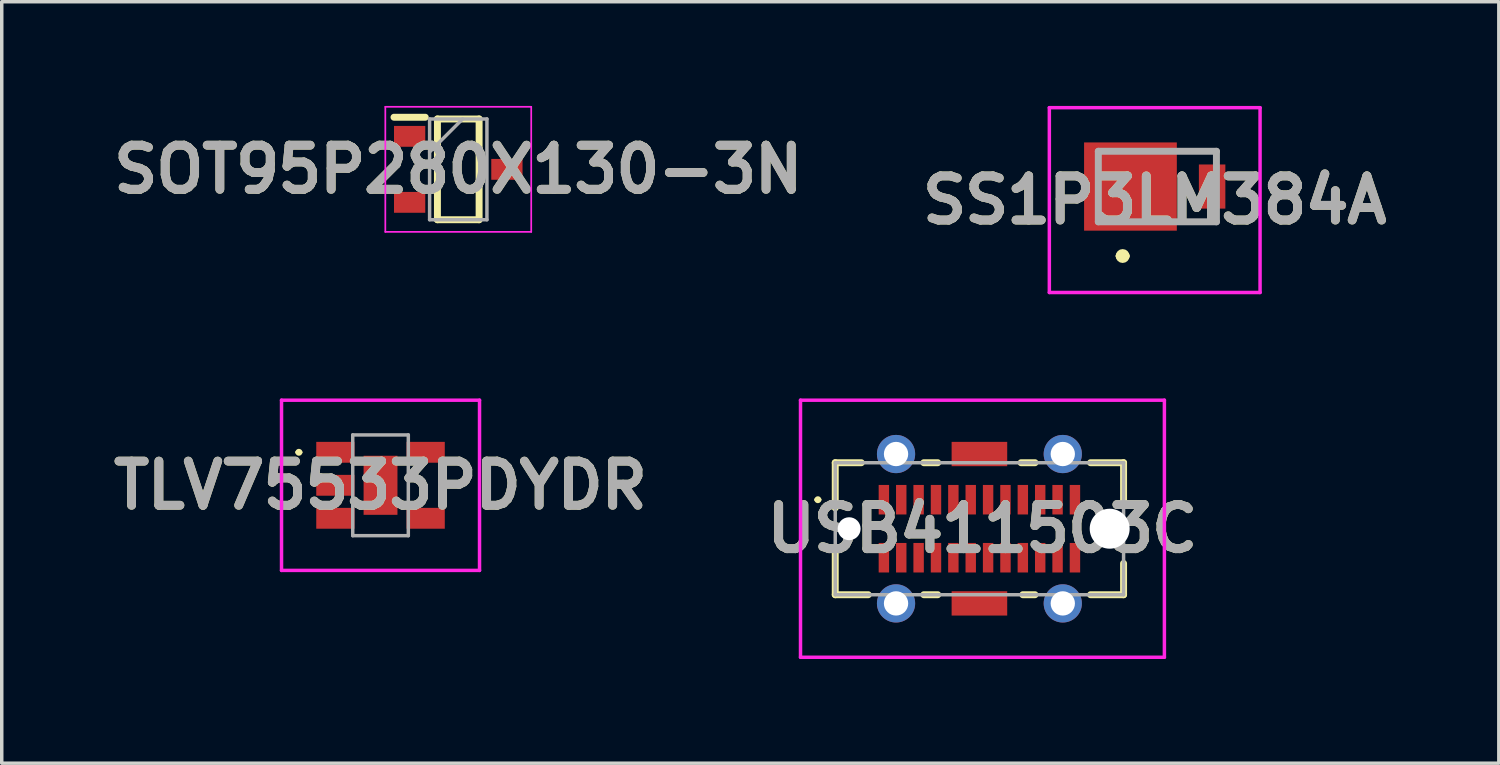
<source format=kicad_pcb>
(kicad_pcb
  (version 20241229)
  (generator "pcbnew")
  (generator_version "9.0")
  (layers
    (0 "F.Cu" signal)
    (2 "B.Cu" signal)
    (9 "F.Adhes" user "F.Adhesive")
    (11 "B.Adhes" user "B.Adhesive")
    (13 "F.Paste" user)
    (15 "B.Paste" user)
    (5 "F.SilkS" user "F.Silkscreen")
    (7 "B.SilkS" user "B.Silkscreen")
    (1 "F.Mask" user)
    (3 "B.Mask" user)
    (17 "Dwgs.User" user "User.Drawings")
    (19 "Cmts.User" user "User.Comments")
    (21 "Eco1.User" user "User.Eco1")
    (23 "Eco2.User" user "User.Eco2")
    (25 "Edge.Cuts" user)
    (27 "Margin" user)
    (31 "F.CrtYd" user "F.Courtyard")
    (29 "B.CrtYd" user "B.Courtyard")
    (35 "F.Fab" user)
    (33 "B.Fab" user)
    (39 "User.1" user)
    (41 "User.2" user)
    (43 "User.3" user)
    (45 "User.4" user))
  (footprint "SS1P3LM384A"
    (layer "F.Cu")
    (at 29.492 2.32)
    (property "Reference" "SS1P3LM384A" (at 0.698 0.39 0) (layer "F.SilkS") (effects (font (size 1.27 1.27) (thickness 0.254))))
    (attr smd)
    (fp_line (start -0.325 2) (end -0.325 2) (stroke (width 0.2) (type solid)) (layer "F.SilkS"))
    (fp_line (start -0.125 2) (end -0.125 2) (stroke (width 0.2) (type solid)) (layer "F.SilkS"))
    (fp_line (start 1.575 -1.015) (end 2.475 -1.015) (stroke (width 0.1) (type solid)) (layer "F.SilkS"))
    (fp_line (start 1.575 1.015) (end 2.475 1.015) (stroke (width 0.1) (type solid)) (layer "F.SilkS"))
    (fp_arc (start -0.325 2) (mid -0.225 1.9) (end -0.125 2) (stroke (width 0.2) (type solid)) (layer "F.SilkS"))
    (fp_arc (start -0.125 2) (mid -0.225 2.1) (end -0.325 2) (stroke (width 0.2) (type solid)) (layer "F.SilkS"))
    (fp_line (start -2.335 -2.27) (end 3.731 -2.27) (stroke (width 0.1) (type solid)) (layer "F.CrtYd"))
    (fp_line (start -2.335 3.05) (end -2.335 -2.27) (stroke (width 0.1) (type solid)) (layer "F.CrtYd"))
    (fp_line (start 3.731 -2.27) (end 3.731 3.05) (stroke (width 0.1) (type solid)) (layer "F.CrtYd"))
    (fp_line (start 3.731 3.05) (end -2.335 3.05) (stroke (width 0.1) (type solid)) (layer "F.CrtYd"))
    (fp_line (start -0.925 -1.015) (end 2.475 -1.015) (stroke (width 0.2) (type solid)) (layer "F.Fab"))
    (fp_line (start -0.925 1.015) (end -0.925 -1.015) (stroke (width 0.2) (type solid)) (layer "F.Fab"))
    (fp_line (start 2.475 -1.015) (end 2.475 1.015) (stroke (width 0.2) (type solid)) (layer "F.Fab"))
    (fp_line (start 2.475 1.015) (end -0.925 1.015) (stroke (width 0.2) (type solid)) (layer "F.Fab"))
    (fp_text user "${REFERENCE}" (at 0.698 0.39 0) (layer "F.Fab") (effects (font (size 1.27 1.27) (thickness 0.254))))
    (pad "1" smd rect (at 0 0 90) (size 2.54 2.67) (layers "F.Cu" "F.Mask" "F.Paste"))
    (pad "2" smd rect (at 2.351 0) (size 0.762 1.27) (layers "F.Cu" "F.Mask" "F.Paste")))
  (footprint "SOT95P280X130-3N"
    (layer "F.Cu")
    (at 10.142 1.825)
    (property "Reference" "SOT95P280X130-3N" (at 0 0 0) (layer "F.SilkS") (effects (font (size 1.27 1.27) (thickness 0.254))))
    (attr smd)
    (fp_line (start -1.85 -1.5) (end -0.95 -1.5) (stroke (width 0.2) (type solid)) (layer "F.SilkS"))
    (fp_line (start -0.6 -1.45) (end 0.6 -1.45) (stroke (width 0.2) (type solid)) (layer "F.SilkS"))
    (fp_line (start -0.6 1.45) (end -0.6 -1.45) (stroke (width 0.2) (type solid)) (layer "F.SilkS"))
    (fp_line (start 0.6 -1.45) (end 0.6 1.45) (stroke (width 0.2) (type solid)) (layer "F.SilkS"))
    (fp_line (start 0.6 1.45) (end -0.6 1.45) (stroke (width 0.2) (type solid)) (layer "F.SilkS"))
    (fp_line (start -2.1 -1.8) (end 2.1 -1.8) (stroke (width 0.05) (type solid)) (layer "F.CrtYd"))
    (fp_line (start -2.1 1.8) (end -2.1 -1.8) (stroke (width 0.05) (type solid)) (layer "F.CrtYd"))
    (fp_line (start 2.1 -1.8) (end 2.1 1.8) (stroke (width 0.05) (type solid)) (layer "F.CrtYd"))
    (fp_line (start 2.1 1.8) (end -2.1 1.8) (stroke (width 0.05) (type solid)) (layer "F.CrtYd"))
    (fp_line (start -0.825 -1.45) (end 0.825 -1.45) (stroke (width 0.1) (type solid)) (layer "F.Fab"))
    (fp_line (start -0.825 -0.5) (end 0.125 -1.45) (stroke (width 0.1) (type solid)) (layer "F.Fab"))
    (fp_line (start -0.825 1.45) (end -0.825 -1.45) (stroke (width 0.1) (type solid)) (layer "F.Fab"))
    (fp_line (start 0.825 -1.45) (end 0.825 1.45) (stroke (width 0.1) (type solid)) (layer "F.Fab"))
    (fp_line (start 0.825 1.45) (end -0.825 1.45) (stroke (width 0.1) (type solid)) (layer "F.Fab"))
    (fp_text user "${REFERENCE}" (at 0 0 0) (layer "F.Fab") (effects (font (size 1.27 1.27) (thickness 0.254))))
    (pad "1" smd rect (at -1.4 -0.95 90) (size 0.6 0.9) (layers "F.Cu" "F.Mask" "F.Paste"))
    (pad "2" smd rect (at -1.4 0.95 90) (size 0.6 0.9) (layers "F.Cu" "F.Mask" "F.Paste"))
    (pad "3" smd rect (at 1.4 0 90) (size 0.6 0.9) (layers "F.Cu" "F.Mask" "F.Paste")))
  (footprint "USB411503C"
    (layer "F.Cu")
    (at 25.144 12.17)
    (property "Reference" "USB411503C" (at 0.087 0 0) (layer "F.SilkS") (effects (font (size 1.27 1.27) (thickness 0.254))))
    (attr through_hole)
    (fp_line (start -4.7 -0.835) (end -4.7 -0.835) (stroke (width 0.1) (type solid)) (layer "F.SilkS"))
    (fp_line (start -4.6 -0.835) (end -4.6 -0.835) (stroke (width 0.1) (type solid)) (layer "F.SilkS"))
    (fp_line (start -4.15 -1.9) (end -3.4 -1.9) (stroke (width 0.2) (type solid)) (layer "F.SilkS"))
    (fp_line (start -4.15 -0.6) (end -4.15 -1.9) (stroke (width 0.2) (type solid)) (layer "F.SilkS"))
    (fp_line (start -4.15 0.6) (end -4.15 1.9) (stroke (width 0.2) (type solid)) (layer "F.SilkS"))
    (fp_line (start -4.15 1.9) (end -3.2 1.9) (stroke (width 0.2) (type solid)) (layer "F.SilkS"))
    (fp_line (start -1.6 -1.9) (end -1.2 -1.9) (stroke (width 0.2) (type solid)) (layer "F.SilkS"))
    (fp_line (start -1.6 1.9) (end -1.2 1.9) (stroke (width 0.2) (type solid)) (layer "F.SilkS"))
    (fp_line (start 1.2 -1.9) (end 1.6 -1.9) (stroke (width 0.2) (type solid)) (layer "F.SilkS"))
    (fp_line (start 1.25 1.9) (end 1.6 1.9) (stroke (width 0.2) (type solid)) (layer "F.SilkS"))
    (fp_line (start 3.2 -1.9) (end 4.15 -1.9) (stroke (width 0.2) (type solid)) (layer "F.SilkS"))
    (fp_line (start 3.2 1.9) (end 4.15 1.9) (stroke (width 0.2) (type solid)) (layer "F.SilkS"))
    (fp_line (start 4.15 -1.9) (end 4.15 -0.8) (stroke (width 0.2) (type solid)) (layer "F.SilkS"))
    (fp_line (start 4.15 1.9) (end 4.15 1) (stroke (width 0.2) (type solid)) (layer "F.SilkS"))
    (fp_arc (start -4.7 -0.835) (mid -4.65 -0.885) (end -4.6 -0.835) (stroke (width 0.1) (type solid)) (layer "F.SilkS"))
    (fp_arc (start -4.6 -0.835) (mid -4.65 -0.785) (end -4.7 -0.835) (stroke (width 0.1) (type solid)) (layer "F.SilkS"))
    (fp_line (start -5.15 -3.7) (end 5.325 -3.7) (stroke (width 0.1) (type solid)) (layer "F.CrtYd"))
    (fp_line (start -5.15 3.7) (end -5.15 -3.7) (stroke (width 0.1) (type solid)) (layer "F.CrtYd"))
    (fp_line (start 5.325 -3.7) (end 5.325 3.7) (stroke (width 0.1) (type solid)) (layer "F.CrtYd"))
    (fp_line (start 5.325 3.7) (end -5.15 3.7) (stroke (width 0.1) (type solid)) (layer "F.CrtYd"))
    (fp_line (start -4.15 -1.9) (end -4.15 1.9) (stroke (width 0.1) (type solid)) (layer "F.Fab"))
    (fp_line (start -4.15 1.9) (end 4.15 1.9) (stroke (width 0.1) (type solid)) (layer "F.Fab"))
    (fp_line (start 4.15 -1.9) (end -4.15 -1.9) (stroke (width 0.1) (type solid)) (layer "F.Fab"))
    (fp_line (start 4.15 1.9) (end 4.15 -1.9) (stroke (width 0.1) (type solid)) (layer "F.Fab"))
    (fp_text user "${REFERENCE}" (at 0.087 0 0) (layer "F.Fab") (effects (font (size 1.27 1.27) (thickness 0.254))))
    (pad "" np_thru_hole circle (at -3.75 0) (size 0.66 0.66) (drill 0.66) (layers "*.Cu" "*.Mask"))
    (pad "" np_thru_hole circle (at 3.75 0) (size 1.15 1.15) (drill 1.15) (layers "*.Cu" "*.Mask"))
    (pad "A1" smd rect (at -2.75 -0.835) (size 0.3 0.85) (layers "F.Cu" "F.Mask" "F.Paste"))
    (pad "A2" smd rect (at -2.25 -0.835) (size 0.3 0.85) (layers "F.Cu" "F.Mask" "F.Paste"))
    (pad "A3" smd rect (at -1.75 -0.835) (size 0.3 0.85) (layers "F.Cu" "F.Mask" "F.Paste"))
    (pad "A4" smd rect (at -1.25 -0.835) (size 0.3 0.85) (layers "F.Cu" "F.Mask" "F.Paste"))
    (pad "A5" smd rect (at -0.75 -0.835) (size 0.3 0.85) (layers "F.Cu" "F.Mask" "F.Paste"))
    (pad "A6" smd rect (at -0.25 -0.835) (size 0.3 0.85) (layers "F.Cu" "F.Mask" "F.Paste"))
    (pad "A7" smd rect (at 0.25 -0.835) (size 0.3 0.85) (layers "F.Cu" "F.Mask" "F.Paste"))
    (pad "A8" smd rect (at 0.75 -0.835) (size 0.3 0.85) (layers "F.Cu" "F.Mask" "F.Paste"))
    (pad "A9" smd rect (at 1.25 -0.835) (size 0.3 0.85) (layers "F.Cu" "F.Mask" "F.Paste"))
    (pad "A10" smd rect (at 1.75 -0.835) (size 0.3 0.85) (layers "F.Cu" "F.Mask" "F.Paste"))
    (pad "A11" smd rect (at 2.25 -0.835) (size 0.3 0.85) (layers "F.Cu" "F.Mask" "F.Paste"))
    (pad "A12" smd rect (at 2.75 -0.835) (size 0.3 0.85) (layers "F.Cu" "F.Mask" "F.Paste"))
    (pad "B1" smd rect (at 2.75 0.835) (size 0.3 0.85) (layers "F.Cu" "F.Mask" "F.Paste"))
    (pad "B2" smd rect (at 2.25 0.835) (size 0.3 0.85) (layers "F.Cu" "F.Mask" "F.Paste"))
    (pad "B3" smd rect (at 1.75 0.835) (size 0.3 0.85) (layers "F.Cu" "F.Mask" "F.Paste"))
    (pad "B4" smd rect (at 1.25 0.835) (size 0.3 0.85) (layers "F.Cu" "F.Mask" "F.Paste"))
    (pad "B5" smd rect (at 0.75 0.835) (size 0.3 0.85) (layers "F.Cu" "F.Mask" "F.Paste"))
    (pad "B6" smd rect (at 0.25 0.835) (size 0.3 0.85) (layers "F.Cu" "F.Mask" "F.Paste"))
    (pad "B7" smd rect (at -0.25 0.835) (size 0.3 0.85) (layers "F.Cu" "F.Mask" "F.Paste"))
    (pad "B8" smd rect (at -0.75 0.835) (size 0.3 0.85) (layers "F.Cu" "F.Mask" "F.Paste"))
    (pad "B9" smd rect (at -1.25 0.835) (size 0.3 0.85) (layers "F.Cu" "F.Mask" "F.Paste"))
    (pad "B10" smd rect (at -1.75 0.835) (size 0.3 0.85) (layers "F.Cu" "F.Mask" "F.Paste"))
    (pad "B11" smd rect (at -2.25 0.835) (size 0.3 0.85) (layers "F.Cu" "F.Mask" "F.Paste"))
    (pad "B12" smd rect (at -2.75 0.835) (size 0.3 0.85) (layers "F.Cu" "F.Mask" "F.Paste"))
    (pad "MH1" thru_hole circle (at -2.4 -2.15) (size 1.1 1.1) (drill 0.7) (layers "*.Cu" "*.Mask"))
    (pad "MH2" thru_hole circle (at 2.4 -2.15) (size 1.1 1.1) (drill 0.7) (layers "*.Cu" "*.Mask"))
    (pad "MH3" thru_hole circle (at 2.4 2.15) (size 1.1 1.1) (drill 0.7) (layers "*.Cu" "*.Mask"))
    (pad "MH4" thru_hole circle (at -2.4 2.15) (size 1.1 1.1) (drill 0.7) (layers "*.Cu" "*.Mask"))
    (pad "MP1" smd rect (at 0 -2.15 90) (size 0.7 1.6) (layers "F.Cu" "F.Mask" "F.Paste"))
    (pad "MP2" smd rect (at 0 2.15 90) (size 0.7 1.6) (layers "F.Cu" "F.Mask" "F.Paste")))
  (footprint "TLV75533PDYDR"
    (layer "F.Cu")
    (at 7.904 10.92)
    (property "Reference" "TLV75533PDYDR" (at 0 0 0) (layer "F.SilkS") (effects (font (size 1.27 1.27) (thickness 0.254))))
    (attr smd)
    (fp_line (start -2.4 -0.95) (end -2.4 -0.95) (stroke (width 0.1) (type solid)) (layer "F.SilkS"))
    (fp_line (start -2.3 -0.95) (end -2.3 -0.95) (stroke (width 0.1) (type solid)) (layer "F.SilkS"))
    (fp_arc (start -2.4 -0.95) (mid -2.35 -1) (end -2.3 -0.95) (stroke (width 0.1) (type solid)) (layer "F.SilkS"))
    (fp_arc (start -2.3 -0.95) (mid -2.35 -0.9) (end -2.4 -0.95) (stroke (width 0.1) (type solid)) (layer "F.SilkS"))
    (fp_line (start -2.85 -2.45) (end 2.85 -2.45) (stroke (width 0.1) (type solid)) (layer "F.CrtYd"))
    (fp_line (start -2.85 2.45) (end -2.85 -2.45) (stroke (width 0.1) (type solid)) (layer "F.CrtYd"))
    (fp_line (start 2.85 -2.45) (end 2.85 2.45) (stroke (width 0.1) (type solid)) (layer "F.CrtYd"))
    (fp_line (start 2.85 2.45) (end -2.85 2.45) (stroke (width 0.1) (type solid)) (layer "F.CrtYd"))
    (fp_line (start -0.8 -1.45) (end 0.8 -1.45) (stroke (width 0.1) (type solid)) (layer "F.Fab"))
    (fp_line (start -0.8 1.45) (end -0.8 -1.45) (stroke (width 0.1) (type solid)) (layer "F.Fab"))
    (fp_line (start 0.8 -1.45) (end 0.8 1.45) (stroke (width 0.1) (type solid)) (layer "F.Fab"))
    (fp_line (start 0.8 1.45) (end -0.8 1.45) (stroke (width 0.1) (type solid)) (layer "F.Fab"))
    (fp_text user "${REFERENCE}" (at 0 0 0) (layer "F.Fab") (effects (font (size 1.27 1.27) (thickness 0.254))))
    (pad "1" smd rect (at -1.3 -0.95 90) (size 0.6 1.1) (layers "F.Cu" "F.Mask" "F.Paste"))
    (pad "2" smd rect (at -1.3 0 90) (size 0.6 1.1) (layers "F.Cu" "F.Mask" "F.Paste"))
    (pad "3" smd rect (at -1.3 0.95 90) (size 0.6 1.1) (layers "F.Cu" "F.Mask" "F.Paste"))
    (pad "4" smd rect (at 1.3 0.95 90) (size 0.6 1.1) (layers "F.Cu" "F.Mask" "F.Paste"))
    (pad "5" smd rect (at 1.3 -0.95 90) (size 0.6 1.1) (layers "F.Cu" "F.Mask" "F.Paste"))
    (pad "6" smd rect (at 0 0) (size 0.975 1.7) (layers "F.Cu" "F.Mask" "F.Paste")))
  (gr_rect
    (start -3 -3)
    (end 40.096 18.92)
    (stroke (width 0.1) (type default))
    (fill no)
    (layer "Edge.Cuts")))
</source>
